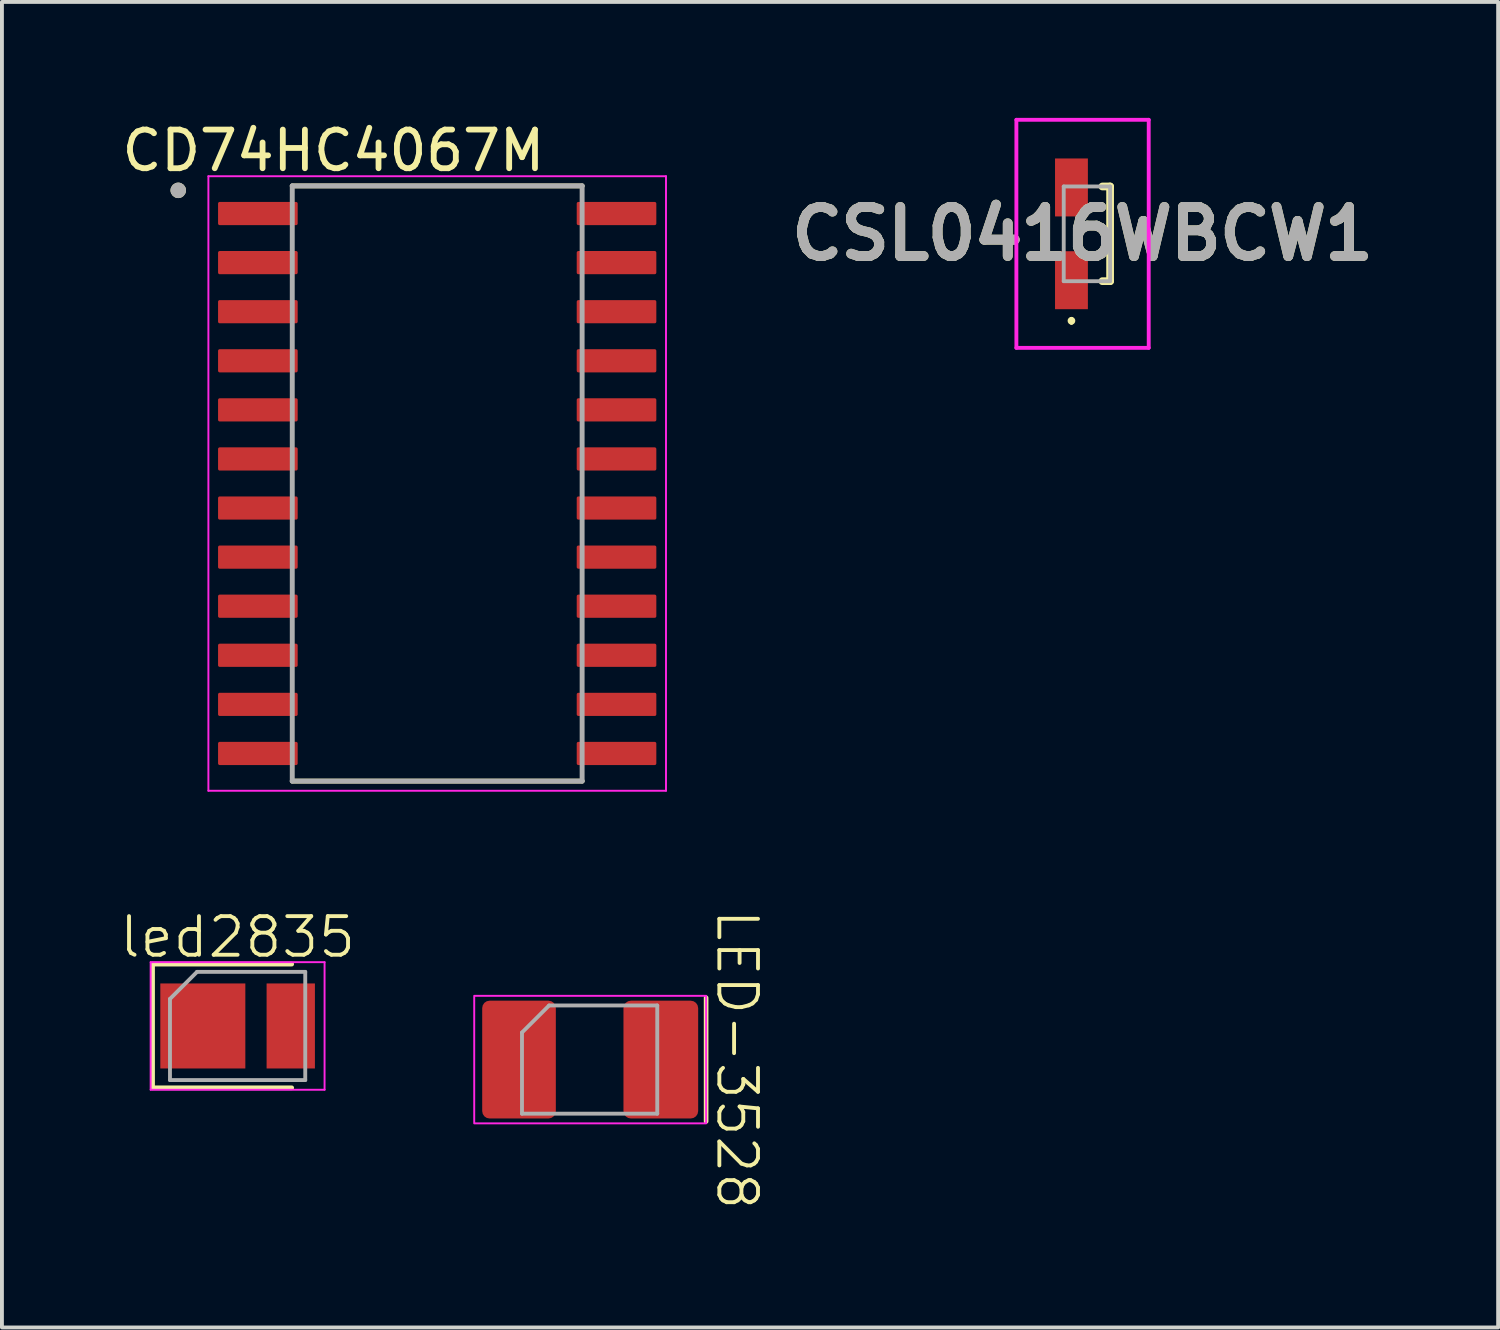
<source format=kicad_pcb>
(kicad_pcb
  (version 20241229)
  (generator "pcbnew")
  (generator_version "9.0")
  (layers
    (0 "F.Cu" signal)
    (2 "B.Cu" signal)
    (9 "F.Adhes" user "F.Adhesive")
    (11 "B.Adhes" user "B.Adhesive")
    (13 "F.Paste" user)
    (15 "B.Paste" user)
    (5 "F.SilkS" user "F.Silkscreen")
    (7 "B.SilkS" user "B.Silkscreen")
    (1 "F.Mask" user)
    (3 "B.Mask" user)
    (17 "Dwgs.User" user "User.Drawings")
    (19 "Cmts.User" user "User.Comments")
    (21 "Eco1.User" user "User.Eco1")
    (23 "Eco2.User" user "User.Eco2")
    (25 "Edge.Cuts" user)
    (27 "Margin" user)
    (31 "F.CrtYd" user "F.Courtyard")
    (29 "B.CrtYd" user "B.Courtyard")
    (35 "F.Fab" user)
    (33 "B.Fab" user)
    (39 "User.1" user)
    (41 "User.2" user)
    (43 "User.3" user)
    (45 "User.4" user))
  (footprint "LED-3528"
    (layer "F.Cu")
    (at 12.22 24.366)
    (property "Reference" "LED-3528" (at 3.8 0 270) (unlocked yes) (layer "F.SilkS") (effects (font (size 1 1) (thickness 0.1))))
    (attr smd)
    (fp_line (start 3 -1.6) (end 3 1.6) (stroke (width 0.12) (type solid)) (layer "F.SilkS"))
    (fp_rect (start -3 -1.65) (end 3 1.65) (stroke (width 0.05) (type solid)) (fill no) (layer "F.CrtYd"))
    (fp_line (start -1.764 -0.7) (end -1.764 1.4) (stroke (width 0.1) (type solid)) (layer "F.Fab"))
    (fp_line (start -1.764 1.4) (end 1.736 1.4) (stroke (width 0.1) (type solid)) (layer "F.Fab"))
    (fp_line (start -1.063 -1.4) (end -1.764 -0.7) (stroke (width 0.1) (type solid)) (layer "F.Fab"))
    (fp_line (start 1.736 -1.4) (end -1.063 -1.4) (stroke (width 0.1) (type solid)) (layer "F.Fab"))
    (fp_line (start 1.736 1.4) (end 1.736 -1.4) (stroke (width 0.1) (type solid)) (layer "F.Fab"))
    (pad "1" smd roundrect (at -1.841 0) (size 1.905 3.048) (layers "F.Cu" "F.Mask" "F.Paste") (roundrect_rratio 0.1))
    (pad "2" smd roundrect (at 1.828 0) (size 1.933 3.048) (layers "F.Cu" "F.Mask" "F.Paste") (roundrect_rratio 0.1)))
  (footprint "CSL0416WBCW1"
    (layer "F.Cu")
    (at 24.673 3)
    (property "Reference" "CSL0416WBCW1" (at 0.287 0 0) (layer "F.SilkS") (effects (font (size 1.27 1.27) (thickness 0.254))))
    (attr smd)
    (fp_line (start 0 2.2) (end 0 2.2) (stroke (width 0.1) (type solid)) (layer "F.SilkS"))
    (fp_line (start 0 2.3) (end 0 2.3) (stroke (width 0.1) (type solid)) (layer "F.SilkS"))
    (fp_line (start 0.8 -1.225) (end 1 -1.225) (stroke (width 0.2) (type solid)) (layer "F.SilkS"))
    (fp_line (start 1 -1.225) (end 1 1.225) (stroke (width 0.2) (type solid)) (layer "F.SilkS"))
    (fp_line (start 1 1.225) (end 0.8 1.225) (stroke (width 0.2) (type solid)) (layer "F.SilkS"))
    (fp_arc (start 0 2.2) (mid 0.05 2.25) (end 0 2.3) (stroke (width 0.1) (type solid)) (layer "F.SilkS"))
    (fp_arc (start 0 2.3) (mid -0.05 2.25) (end 0 2.2) (stroke (width 0.1) (type solid)) (layer "F.SilkS"))
    (fp_line (start -1.425 -2.95) (end 1.999 -2.95) (stroke (width 0.1) (type solid)) (layer "F.CrtYd"))
    (fp_line (start -1.425 2.95) (end -1.425 -2.95) (stroke (width 0.1) (type solid)) (layer "F.CrtYd"))
    (fp_line (start 1.999 -2.95) (end 1.999 2.95) (stroke (width 0.1) (type solid)) (layer "F.CrtYd"))
    (fp_line (start 1.999 2.95) (end -1.425 2.95) (stroke (width 0.1) (type solid)) (layer "F.CrtYd"))
    (fp_line (start -0.2 -1.225) (end 1 -1.225) (stroke (width 0.1) (type solid)) (layer "F.Fab"))
    (fp_line (start -0.2 1.225) (end -0.2 -1.225) (stroke (width 0.1) (type solid)) (layer "F.Fab"))
    (fp_line (start 1 -1.225) (end 1 1.225) (stroke (width 0.1) (type solid)) (layer "F.Fab"))
    (fp_line (start 1 1.225) (end -0.2 1.225) (stroke (width 0.1) (type solid)) (layer "F.Fab"))
    (fp_text user "${REFERENCE}" (at 0.287 0 0) (layer "F.Fab") (effects (font (size 1.27 1.27) (thickness 0.254))))
    (pad "1" smd rect (at 0 1.2) (size 0.85 1.5) (layers "F.Cu" "F.Mask" "F.Paste"))
    (pad "2" smd rect (at 0 -1.2) (size 0.85 1.5) (layers "F.Cu" "F.Mask" "F.Paste")))
  (footprint "CD74HC4067M"
    (layer "F.Cu")
    (at 8.262 9.46)
    (property "Reference" "CD74HC4067M" (at -2.685 -8.612 0) (layer "F.SilkS") (effects (font (size 1 1) (thickness 0.15))))
    (attr smd)
    (fp_line (start -3.75 -7.7) (end 3.75 -7.7) (stroke (width 0.127) (type solid)) (layer "F.SilkS"))
    (fp_line (start -3.75 7.7) (end 3.75 7.7) (stroke (width 0.127) (type solid)) (layer "F.SilkS"))
    (fp_circle (center -6.7 -7.585) (end -6.6 -7.585) (stroke (width 0.2) (type solid)) (fill no) (layer "F.SilkS"))
    (fp_line (start -5.92 -7.95) (end -5.92 7.95) (stroke (width 0.05) (type solid)) (layer "F.CrtYd"))
    (fp_line (start -5.92 -7.95) (end 5.92 -7.95) (stroke (width 0.05) (type solid)) (layer "F.CrtYd"))
    (fp_line (start -5.92 7.95) (end 5.92 7.95) (stroke (width 0.05) (type solid)) (layer "F.CrtYd"))
    (fp_line (start 5.92 -7.95) (end 5.92 7.95) (stroke (width 0.05) (type solid)) (layer "F.CrtYd"))
    (fp_line (start -3.75 -7.7) (end -3.75 7.7) (stroke (width 0.127) (type solid)) (layer "F.Fab"))
    (fp_line (start -3.75 -7.7) (end 3.75 -7.7) (stroke (width 0.127) (type solid)) (layer "F.Fab"))
    (fp_line (start -3.75 7.7) (end 3.75 7.7) (stroke (width 0.127) (type solid)) (layer "F.Fab"))
    (fp_line (start 3.75 -7.7) (end 3.75 7.7) (stroke (width 0.127) (type solid)) (layer "F.Fab"))
    (fp_circle (center -6.7 -7.585) (end -6.6 -7.585) (stroke (width 0.2) (type solid)) (fill no) (layer "F.Fab"))
    (pad "1" smd roundrect (at -4.64 -6.985) (size 2.06 0.6) (layers "F.Cu" "F.Mask" "F.Paste") (roundrect_rratio 0.07))
    (pad "2" smd roundrect (at -4.64 -5.715) (size 2.06 0.6) (layers "F.Cu" "F.Mask" "F.Paste") (roundrect_rratio 0.07))
    (pad "3" smd roundrect (at -4.64 -4.445) (size 2.06 0.6) (layers "F.Cu" "F.Mask" "F.Paste") (roundrect_rratio 0.07))
    (pad "4" smd roundrect (at -4.64 -3.175) (size 2.06 0.6) (layers "F.Cu" "F.Mask" "F.Paste") (roundrect_rratio 0.07))
    (pad "5" smd roundrect (at -4.64 -1.905) (size 2.06 0.6) (layers "F.Cu" "F.Mask" "F.Paste") (roundrect_rratio 0.07))
    (pad "6" smd roundrect (at -4.64 -0.635) (size 2.06 0.6) (layers "F.Cu" "F.Mask" "F.Paste") (roundrect_rratio 0.07))
    (pad "7" smd roundrect (at -4.64 0.635) (size 2.06 0.6) (layers "F.Cu" "F.Mask" "F.Paste") (roundrect_rratio 0.07))
    (pad "8" smd roundrect (at -4.64 1.905) (size 2.06 0.6) (layers "F.Cu" "F.Mask" "F.Paste") (roundrect_rratio 0.07))
    (pad "9" smd roundrect (at -4.64 3.175) (size 2.06 0.6) (layers "F.Cu" "F.Mask" "F.Paste") (roundrect_rratio 0.07))
    (pad "10" smd roundrect (at -4.64 4.445) (size 2.06 0.6) (layers "F.Cu" "F.Mask" "F.Paste") (roundrect_rratio 0.07))
    (pad "11" smd roundrect (at -4.64 5.715) (size 2.06 0.6) (layers "F.Cu" "F.Mask" "F.Paste") (roundrect_rratio 0.07))
    (pad "12" smd roundrect (at -4.64 6.985) (size 2.06 0.6) (layers "F.Cu" "F.Mask" "F.Paste") (roundrect_rratio 0.07))
    (pad "13" smd roundrect (at 4.64 6.985) (size 2.06 0.6) (layers "F.Cu" "F.Mask" "F.Paste") (roundrect_rratio 0.07))
    (pad "14" smd roundrect (at 4.64 5.715) (size 2.06 0.6) (layers "F.Cu" "F.Mask" "F.Paste") (roundrect_rratio 0.07))
    (pad "15" smd roundrect (at 4.64 4.445) (size 2.06 0.6) (layers "F.Cu" "F.Mask" "F.Paste") (roundrect_rratio 0.07))
    (pad "16" smd roundrect (at 4.64 3.175) (size 2.06 0.6) (layers "F.Cu" "F.Mask" "F.Paste") (roundrect_rratio 0.07))
    (pad "17" smd roundrect (at 4.64 1.905) (size 2.06 0.6) (layers "F.Cu" "F.Mask" "F.Paste") (roundrect_rratio 0.07))
    (pad "18" smd roundrect (at 4.64 0.635) (size 2.06 0.6) (layers "F.Cu" "F.Mask" "F.Paste") (roundrect_rratio 0.07))
    (pad "19" smd roundrect (at 4.64 -0.635) (size 2.06 0.6) (layers "F.Cu" "F.Mask" "F.Paste") (roundrect_rratio 0.07))
    (pad "20" smd roundrect (at 4.64 -1.905) (size 2.06 0.6) (layers "F.Cu" "F.Mask" "F.Paste") (roundrect_rratio 0.07))
    (pad "21" smd roundrect (at 4.64 -3.175) (size 2.06 0.6) (layers "F.Cu" "F.Mask" "F.Paste") (roundrect_rratio 0.07))
    (pad "22" smd roundrect (at 4.64 -4.445) (size 2.06 0.6) (layers "F.Cu" "F.Mask" "F.Paste") (roundrect_rratio 0.07))
    (pad "23" smd roundrect (at 4.64 -5.715) (size 2.06 0.6) (layers "F.Cu" "F.Mask" "F.Paste") (roundrect_rratio 0.07))
    (pad "24" smd roundrect (at 4.64 -6.985) (size 2.06 0.6) (layers "F.Cu" "F.Mask" "F.Paste") (roundrect_rratio 0.07)))
  (footprint "led2835"
    (layer "F.Cu")
    (at 3.098 23.496)
    (property "Reference" "led2835" (at 0 -2.3 0) (unlocked yes) (layer "F.SilkS") (effects (font (size 1 1) (thickness 0.1))))
    (attr smd)
    (fp_line (start -2.2 -1.6) (end -2.2 1.6) (stroke (width 0.12) (type solid)) (layer "F.SilkS"))
    (fp_line (start 1.4 -1.6) (end -2.2 -1.6) (stroke (width 0.12) (type solid)) (layer "F.SilkS"))
    (fp_line (start 1.4 1.6) (end -2.2 1.6) (stroke (width 0.12) (type solid)) (layer "F.SilkS"))
    (fp_line (start -2.25 -1.65) (end 2.25 -1.65) (stroke (width 0.05) (type solid)) (layer "F.CrtYd"))
    (fp_line (start -2.25 1.65) (end -2.25 -1.65) (stroke (width 0.05) (type solid)) (layer "F.CrtYd"))
    (fp_line (start 2.25 -1.65) (end 2.25 1.65) (stroke (width 0.05) (type solid)) (layer "F.CrtYd"))
    (fp_line (start 2.25 1.65) (end -2.25 1.65) (stroke (width 0.05) (type solid)) (layer "F.CrtYd"))
    (fp_line (start -1.75 1.4) (end -1.75 -0.7) (stroke (width 0.1) (type solid)) (layer "F.Fab"))
    (fp_line (start -1.05 -1.4) (end -1.75 -0.7) (stroke (width 0.1) (type solid)) (layer "F.Fab"))
    (fp_line (start -1.05 -1.4) (end 1.75 -1.4) (stroke (width 0.1) (type solid)) (layer "F.Fab"))
    (fp_line (start 1.75 -1.4) (end 1.75 1.4) (stroke (width 0.1) (type solid)) (layer "F.Fab"))
    (fp_line (start 1.75 1.4) (end -1.75 1.4) (stroke (width 0.1) (type solid)) (layer "F.Fab"))
    (pad "1" smd rect (at -0.9 0) (size 2.2 2.2) (layers "F.Cu" "F.Mask" "F.Paste"))
    (pad "2" smd rect (at 1.375 0) (size 1.25 2.2) (layers "F.Cu" "F.Mask" "F.Paste")))
  (gr_rect
    (start -3 -3)
    (end 35.713 31.297)
    (stroke (width 0.1) (type default))
    (fill no)
    (layer "Edge.Cuts")))
</source>
